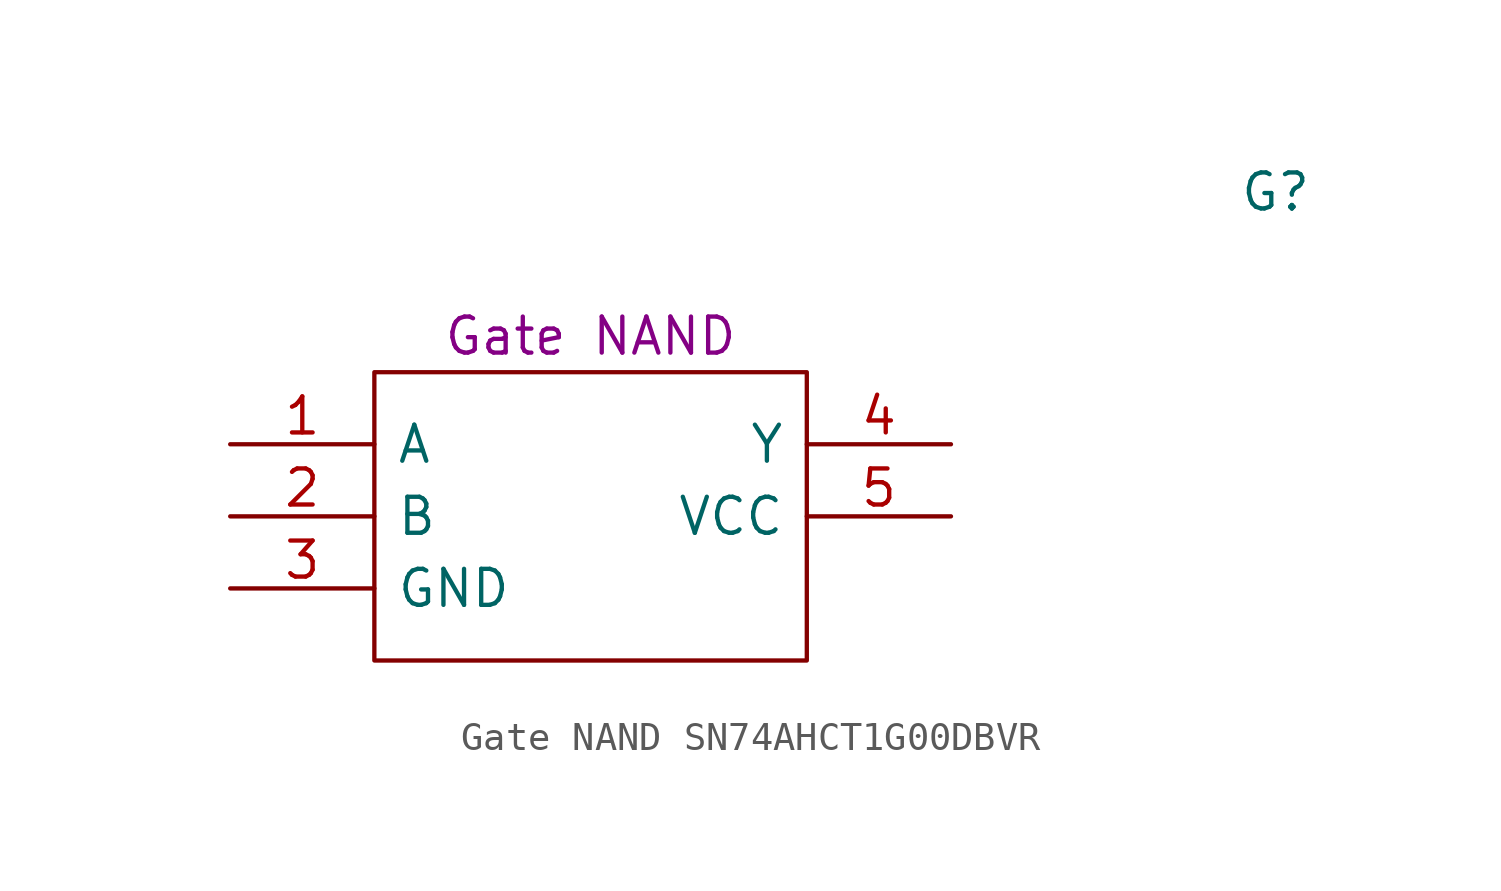
<source format=kicad_sym>
(kicad_symbol_lib
  (version 20220914)
  (generator kicad_symbol_editor)
  (symbol "Gate NAND SN74AHCT1G00DBVR"
    (pin_names
      (offset 0.762))
    (property "Reference" "G"
      (at 35.56 8.89 0)
      (effects (font (size 1.27 1.27)) (justify left)))
    (property "Render Name" "Gate NAND"
      (at 12.7 3.81 0)
      (effects (font (size 1.27 1.27))))
    (symbol "Gate NAND SN74AHCT1G00DBVR_0_0"
      (pin passive line (at 0 0 0) (length 5.08) (name "A" (effects (font (size 1.27 1.27)))) (number "1" (effects (font (size 1.27 1.27)))))
      (pin passive line (at 0 -2.54 0) (length 5.08) (name "B" (effects (font (size 1.27 1.27)))) (number "2" (effects (font (size 1.27 1.27)))))
      (pin passive line (at 0 -5.08 0) (length 5.08) (name "GND" (effects (font (size 1.27 1.27)))) (number "3" (effects (font (size 1.27 1.27)))))
      (pin passive line (at 25.4 0 180) (length 5.08) (name "Y" (effects (font (size 1.27 1.27)))) (number "4" (effects (font (size 1.27 1.27)))))
      (pin passive line (at 25.4 -2.54 180) (length 5.08) (name "VCC" (effects (font (size 1.27 1.27)))) (number "5" (effects (font (size 1.27 1.27))))))
    (symbol "Gate NAND SN74AHCT1G00DBVR_0_1"
      (polyline (pts (xy 5.08 2.54) (xy 20.32 2.54) (xy 20.32 -7.62) (xy 5.08 -7.62) (xy 5.08 2.54)) (stroke (width 0.152) (type default)) (fill (type none))))))
</source>
